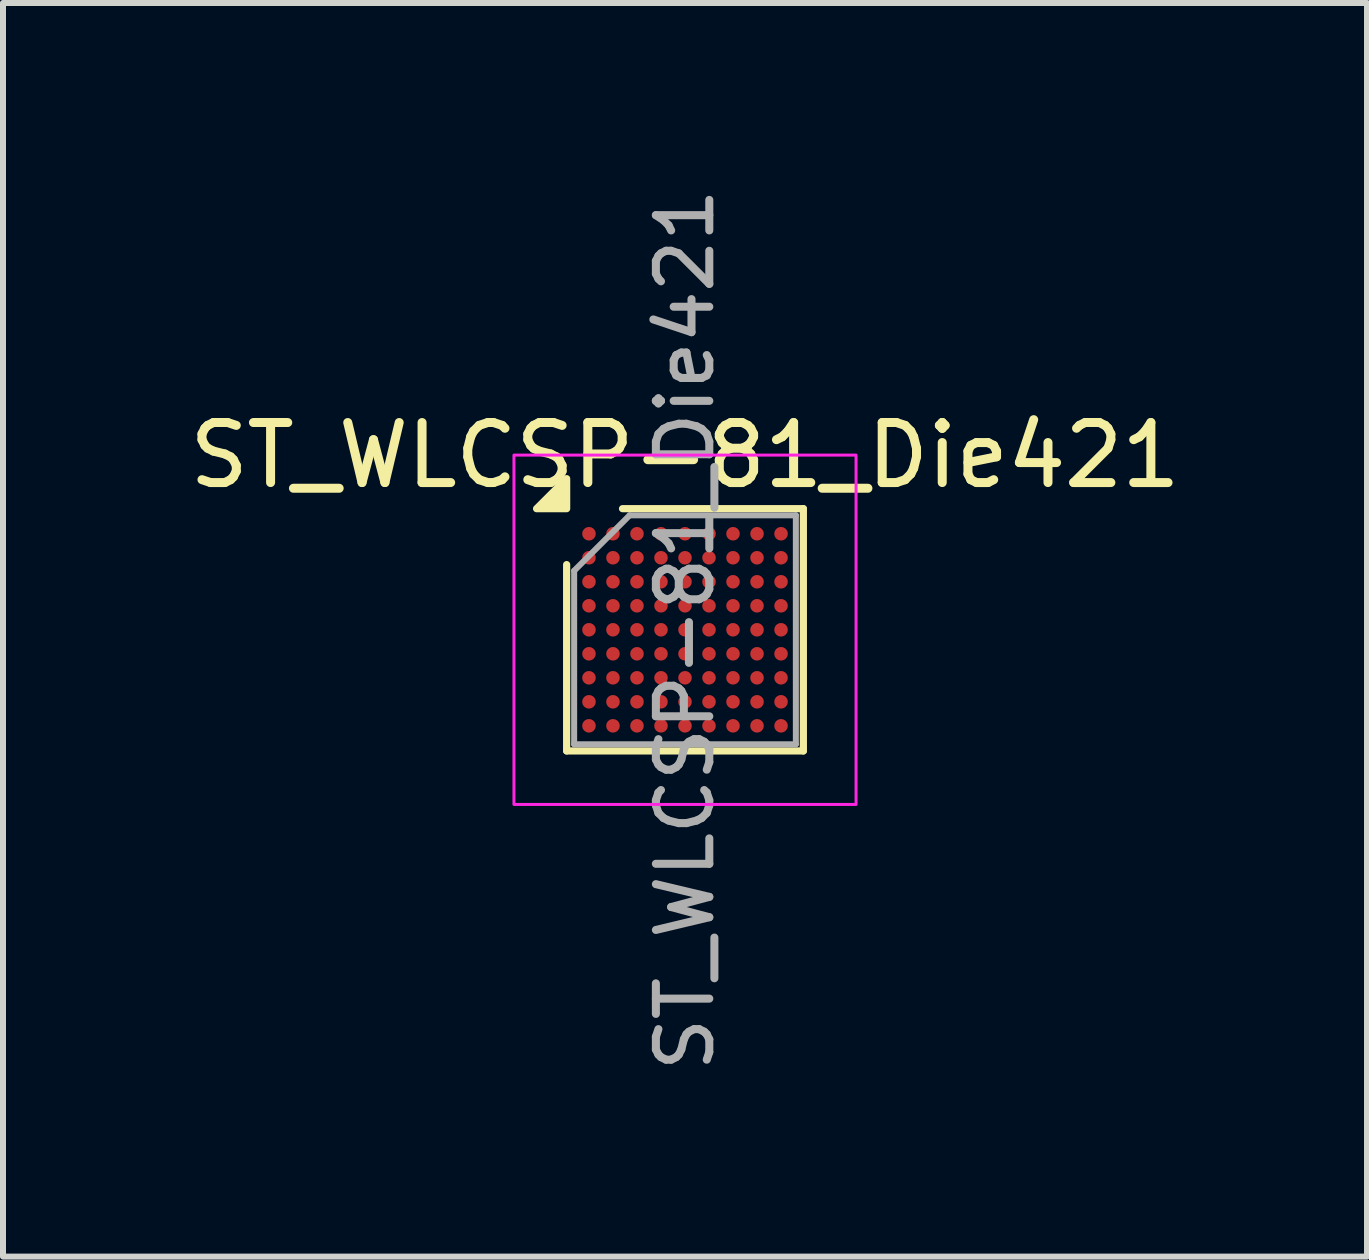
<source format=kicad_pcb>
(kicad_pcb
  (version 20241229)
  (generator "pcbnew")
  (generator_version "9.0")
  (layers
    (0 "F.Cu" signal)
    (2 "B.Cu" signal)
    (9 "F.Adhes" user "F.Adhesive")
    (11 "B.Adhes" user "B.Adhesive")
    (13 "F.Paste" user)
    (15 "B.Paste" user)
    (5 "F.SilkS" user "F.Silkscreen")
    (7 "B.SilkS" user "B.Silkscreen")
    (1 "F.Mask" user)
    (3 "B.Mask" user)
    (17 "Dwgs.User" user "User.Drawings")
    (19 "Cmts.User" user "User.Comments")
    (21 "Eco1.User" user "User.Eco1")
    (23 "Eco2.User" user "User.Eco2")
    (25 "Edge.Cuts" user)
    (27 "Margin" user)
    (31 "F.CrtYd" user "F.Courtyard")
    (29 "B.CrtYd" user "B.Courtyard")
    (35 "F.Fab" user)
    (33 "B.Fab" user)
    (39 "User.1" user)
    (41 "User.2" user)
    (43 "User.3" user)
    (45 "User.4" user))
  (footprint "ST_WLCSP-81_Die421"
    (layer "F.Cu")
    (at 8.363 7.443)
    (property "Reference" "ST_WLCSP-81_Die421" (at 0 -2.908 0) (layer "F.SilkS") (effects (font (size 1 1) (thickness 0.15))))
    (attr smd)
    (fp_line (start -1.972 2.018) (end -1.972 -1.086) (stroke (width 0.12) (type solid)) (layer "F.SilkS"))
    (fp_line (start -1.041 -2.018) (end 1.972 -2.018) (stroke (width 0.12) (type solid)) (layer "F.SilkS"))
    (fp_line (start 1.972 -2.018) (end 1.972 2.018) (stroke (width 0.12) (type solid)) (layer "F.SilkS"))
    (fp_line (start 1.972 2.018) (end -1.972 2.018) (stroke (width 0.12) (type solid)) (layer "F.SilkS"))
    (fp_poly (pts (xy -1.972 -2.018) (xy -2.473 -2.018) (xy -1.972 -2.518)) (stroke (width 0.12) (type solid)) (fill yes) (layer "F.SilkS"))
    (fp_rect (start -2.85 -2.91) (end 2.85 2.91) (stroke (width 0.05) (type solid)) (fill no) (layer "F.CrtYd"))
    (fp_line (start -1.847 -0.984) (end -0.923 -1.907) (stroke (width 0.1) (type solid)) (layer "F.Fab"))
    (fp_line (start -1.847 1.907) (end -1.847 -0.984) (stroke (width 0.1) (type solid)) (layer "F.Fab"))
    (fp_line (start -0.923 -1.907) (end 1.847 -1.907) (stroke (width 0.1) (type solid)) (layer "F.Fab"))
    (fp_line (start 1.847 -1.907) (end 1.847 1.907) (stroke (width 0.1) (type solid)) (layer "F.Fab"))
    (fp_line (start 1.847 1.907) (end -1.847 1.907) (stroke (width 0.1) (type solid)) (layer "F.Fab"))
    (fp_text user "${REFERENCE}" (at 0 0 270) (layer "F.Fab") (effects (font (size 0.89 0.89) (thickness 0.134))))
    (pad "A1" smd circle (at -1.6 -1.6) (size 0.225 0.225) (property pad_prop_bga) (layers "F.Cu" "F.Mask" "F.Paste"))
    (pad "A2" smd circle (at -1.2 -1.6) (size 0.225 0.225) (property pad_prop_bga) (layers "F.Cu" "F.Mask" "F.Paste"))
    (pad "A3" smd circle (at -0.8 -1.6) (size 0.225 0.225) (property pad_prop_bga) (layers "F.Cu" "F.Mask" "F.Paste"))
    (pad "A4" smd circle (at -0.4 -1.6) (size 0.225 0.225) (property pad_prop_bga) (layers "F.Cu" "F.Mask" "F.Paste"))
    (pad "A5" smd circle (at 0 -1.6) (size 0.225 0.225) (property pad_prop_bga) (layers "F.Cu" "F.Mask" "F.Paste"))
    (pad "A6" smd circle (at 0.4 -1.6) (size 0.225 0.225) (property pad_prop_bga) (layers "F.Cu" "F.Mask" "F.Paste"))
    (pad "A7" smd circle (at 0.8 -1.6) (size 0.225 0.225) (property pad_prop_bga) (layers "F.Cu" "F.Mask" "F.Paste"))
    (pad "A8" smd circle (at 1.2 -1.6) (size 0.225 0.225) (property pad_prop_bga) (layers "F.Cu" "F.Mask" "F.Paste"))
    (pad "A9" smd circle (at 1.6 -1.6) (size 0.225 0.225) (property pad_prop_bga) (layers "F.Cu" "F.Mask" "F.Paste"))
    (pad "B1" smd circle (at -1.6 -1.2) (size 0.225 0.225) (property pad_prop_bga) (layers "F.Cu" "F.Mask" "F.Paste"))
    (pad "B2" smd circle (at -1.2 -1.2) (size 0.225 0.225) (property pad_prop_bga) (layers "F.Cu" "F.Mask" "F.Paste"))
    (pad "B3" smd circle (at -0.8 -1.2) (size 0.225 0.225) (property pad_prop_bga) (layers "F.Cu" "F.Mask" "F.Paste"))
    (pad "B4" smd circle (at -0.4 -1.2) (size 0.225 0.225) (property pad_prop_bga) (layers "F.Cu" "F.Mask" "F.Paste"))
    (pad "B5" smd circle (at 0 -1.2) (size 0.225 0.225) (property pad_prop_bga) (layers "F.Cu" "F.Mask" "F.Paste"))
    (pad "B6" smd circle (at 0.4 -1.2) (size 0.225 0.225) (property pad_prop_bga) (layers "F.Cu" "F.Mask" "F.Paste"))
    (pad "B7" smd circle (at 0.8 -1.2) (size 0.225 0.225) (property pad_prop_bga) (layers "F.Cu" "F.Mask" "F.Paste"))
    (pad "B8" smd circle (at 1.2 -1.2) (size 0.225 0.225) (property pad_prop_bga) (layers "F.Cu" "F.Mask" "F.Paste"))
    (pad "B9" smd circle (at 1.6 -1.2) (size 0.225 0.225) (property pad_prop_bga) (layers "F.Cu" "F.Mask" "F.Paste"))
    (pad "C1" smd circle (at -1.6 -0.8) (size 0.225 0.225) (property pad_prop_bga) (layers "F.Cu" "F.Mask" "F.Paste"))
    (pad "C2" smd circle (at -1.2 -0.8) (size 0.225 0.225) (property pad_prop_bga) (layers "F.Cu" "F.Mask" "F.Paste"))
    (pad "C3" smd circle (at -0.8 -0.8) (size 0.225 0.225) (property pad_prop_bga) (layers "F.Cu" "F.Mask" "F.Paste"))
    (pad "C4" smd circle (at -0.4 -0.8) (size 0.225 0.225) (property pad_prop_bga) (layers "F.Cu" "F.Mask" "F.Paste"))
    (pad "C5" smd circle (at 0 -0.8) (size 0.225 0.225) (property pad_prop_bga) (layers "F.Cu" "F.Mask" "F.Paste"))
    (pad "C6" smd circle (at 0.4 -0.8) (size 0.225 0.225) (property pad_prop_bga) (layers "F.Cu" "F.Mask" "F.Paste"))
    (pad "C7" smd circle (at 0.8 -0.8) (size 0.225 0.225) (property pad_prop_bga) (layers "F.Cu" "F.Mask" "F.Paste"))
    (pad "C8" smd circle (at 1.2 -0.8) (size 0.225 0.225) (property pad_prop_bga) (layers "F.Cu" "F.Mask" "F.Paste"))
    (pad "C9" smd circle (at 1.6 -0.8) (size 0.225 0.225) (property pad_prop_bga) (layers "F.Cu" "F.Mask" "F.Paste"))
    (pad "D1" smd circle (at -1.6 -0.4) (size 0.225 0.225) (property pad_prop_bga) (layers "F.Cu" "F.Mask" "F.Paste"))
    (pad "D2" smd circle (at -1.2 -0.4) (size 0.225 0.225) (property pad_prop_bga) (layers "F.Cu" "F.Mask" "F.Paste"))
    (pad "D3" smd circle (at -0.8 -0.4) (size 0.225 0.225) (property pad_prop_bga) (layers "F.Cu" "F.Mask" "F.Paste"))
    (pad "D4" smd circle (at -0.4 -0.4) (size 0.225 0.225) (property pad_prop_bga) (layers "F.Cu" "F.Mask" "F.Paste"))
    (pad "D5" smd circle (at 0 -0.4) (size 0.225 0.225) (property pad_prop_bga) (layers "F.Cu" "F.Mask" "F.Paste"))
    (pad "D6" smd circle (at 0.4 -0.4) (size 0.225 0.225) (property pad_prop_bga) (layers "F.Cu" "F.Mask" "F.Paste"))
    (pad "D7" smd circle (at 0.8 -0.4) (size 0.225 0.225) (property pad_prop_bga) (layers "F.Cu" "F.Mask" "F.Paste"))
    (pad "D8" smd circle (at 1.2 -0.4) (size 0.225 0.225) (property pad_prop_bga) (layers "F.Cu" "F.Mask" "F.Paste"))
    (pad "D9" smd circle (at 1.6 -0.4) (size 0.225 0.225) (property pad_prop_bga) (layers "F.Cu" "F.Mask" "F.Paste"))
    (pad "E1" smd circle (at -1.6 0) (size 0.225 0.225) (property pad_prop_bga) (layers "F.Cu" "F.Mask" "F.Paste"))
    (pad "E2" smd circle (at -1.2 0) (size 0.225 0.225) (property pad_prop_bga) (layers "F.Cu" "F.Mask" "F.Paste"))
    (pad "E3" smd circle (at -0.8 0) (size 0.225 0.225) (property pad_prop_bga) (layers "F.Cu" "F.Mask" "F.Paste"))
    (pad "E4" smd circle (at -0.4 0) (size 0.225 0.225) (property pad_prop_bga) (layers "F.Cu" "F.Mask" "F.Paste"))
    (pad "E5" smd circle (at 0 0) (size 0.225 0.225) (property pad_prop_bga) (layers "F.Cu" "F.Mask" "F.Paste"))
    (pad "E6" smd circle (at 0.4 0) (size 0.225 0.225) (property pad_prop_bga) (layers "F.Cu" "F.Mask" "F.Paste"))
    (pad "E7" smd circle (at 0.8 0) (size 0.225 0.225) (property pad_prop_bga) (layers "F.Cu" "F.Mask" "F.Paste"))
    (pad "E8" smd circle (at 1.2 0) (size 0.225 0.225) (property pad_prop_bga) (layers "F.Cu" "F.Mask" "F.Paste"))
    (pad "E9" smd circle (at 1.6 0) (size 0.225 0.225) (property pad_prop_bga) (layers "F.Cu" "F.Mask" "F.Paste"))
    (pad "F1" smd circle (at -1.6 0.4) (size 0.225 0.225) (property pad_prop_bga) (layers "F.Cu" "F.Mask" "F.Paste"))
    (pad "F2" smd circle (at -1.2 0.4) (size 0.225 0.225) (property pad_prop_bga) (layers "F.Cu" "F.Mask" "F.Paste"))
    (pad "F3" smd circle (at -0.8 0.4) (size 0.225 0.225) (property pad_prop_bga) (layers "F.Cu" "F.Mask" "F.Paste"))
    (pad "F4" smd circle (at -0.4 0.4) (size 0.225 0.225) (property pad_prop_bga) (layers "F.Cu" "F.Mask" "F.Paste"))
    (pad "F5" smd circle (at 0 0.4) (size 0.225 0.225) (property pad_prop_bga) (layers "F.Cu" "F.Mask" "F.Paste"))
    (pad "F6" smd circle (at 0.4 0.4) (size 0.225 0.225) (property pad_prop_bga) (layers "F.Cu" "F.Mask" "F.Paste"))
    (pad "F7" smd circle (at 0.8 0.4) (size 0.225 0.225) (property pad_prop_bga) (layers "F.Cu" "F.Mask" "F.Paste"))
    (pad "F8" smd circle (at 1.2 0.4) (size 0.225 0.225) (property pad_prop_bga) (layers "F.Cu" "F.Mask" "F.Paste"))
    (pad "F9" smd circle (at 1.6 0.4) (size 0.225 0.225) (property pad_prop_bga) (layers "F.Cu" "F.Mask" "F.Paste"))
    (pad "G1" smd circle (at -1.6 0.8) (size 0.225 0.225) (property pad_prop_bga) (layers "F.Cu" "F.Mask" "F.Paste"))
    (pad "G2" smd circle (at -1.2 0.8) (size 0.225 0.225) (property pad_prop_bga) (layers "F.Cu" "F.Mask" "F.Paste"))
    (pad "G3" smd circle (at -0.8 0.8) (size 0.225 0.225) (property pad_prop_bga) (layers "F.Cu" "F.Mask" "F.Paste"))
    (pad "G4" smd circle (at -0.4 0.8) (size 0.225 0.225) (property pad_prop_bga) (layers "F.Cu" "F.Mask" "F.Paste"))
    (pad "G5" smd circle (at 0 0.8) (size 0.225 0.225) (property pad_prop_bga) (layers "F.Cu" "F.Mask" "F.Paste"))
    (pad "G6" smd circle (at 0.4 0.8) (size 0.225 0.225) (property pad_prop_bga) (layers "F.Cu" "F.Mask" "F.Paste"))
    (pad "G7" smd circle (at 0.8 0.8) (size 0.225 0.225) (property pad_prop_bga) (layers "F.Cu" "F.Mask" "F.Paste"))
    (pad "G8" smd circle (at 1.2 0.8) (size 0.225 0.225) (property pad_prop_bga) (layers "F.Cu" "F.Mask" "F.Paste"))
    (pad "G9" smd circle (at 1.6 0.8) (size 0.225 0.225) (property pad_prop_bga) (layers "F.Cu" "F.Mask" "F.Paste"))
    (pad "H1" smd circle (at -1.6 1.2) (size 0.225 0.225) (property pad_prop_bga) (layers "F.Cu" "F.Mask" "F.Paste"))
    (pad "H2" smd circle (at -1.2 1.2) (size 0.225 0.225) (property pad_prop_bga) (layers "F.Cu" "F.Mask" "F.Paste"))
    (pad "H3" smd circle (at -0.8 1.2) (size 0.225 0.225) (property pad_prop_bga) (layers "F.Cu" "F.Mask" "F.Paste"))
    (pad "H4" smd circle (at -0.4 1.2) (size 0.225 0.225) (property pad_prop_bga) (layers "F.Cu" "F.Mask" "F.Paste"))
    (pad "H5" smd circle (at 0 1.2) (size 0.225 0.225) (property pad_prop_bga) (layers "F.Cu" "F.Mask" "F.Paste"))
    (pad "H6" smd circle (at 0.4 1.2) (size 0.225 0.225) (property pad_prop_bga) (layers "F.Cu" "F.Mask" "F.Paste"))
    (pad "H7" smd circle (at 0.8 1.2) (size 0.225 0.225) (property pad_prop_bga) (layers "F.Cu" "F.Mask" "F.Paste"))
    (pad "H8" smd circle (at 1.2 1.2) (size 0.225 0.225) (property pad_prop_bga) (layers "F.Cu" "F.Mask" "F.Paste"))
    (pad "H9" smd circle (at 1.6 1.2) (size 0.225 0.225) (property pad_prop_bga) (layers "F.Cu" "F.Mask" "F.Paste"))
    (pad "J1" smd circle (at -1.6 1.6) (size 0.225 0.225) (property pad_prop_bga) (layers "F.Cu" "F.Mask" "F.Paste"))
    (pad "J2" smd circle (at -1.2 1.6) (size 0.225 0.225) (property pad_prop_bga) (layers "F.Cu" "F.Mask" "F.Paste"))
    (pad "J3" smd circle (at -0.8 1.6) (size 0.225 0.225) (property pad_prop_bga) (layers "F.Cu" "F.Mask" "F.Paste"))
    (pad "J4" smd circle (at -0.4 1.6) (size 0.225 0.225) (property pad_prop_bga) (layers "F.Cu" "F.Mask" "F.Paste"))
    (pad "J5" smd circle (at 0 1.6) (size 0.225 0.225) (property pad_prop_bga) (layers "F.Cu" "F.Mask" "F.Paste"))
    (pad "J6" smd circle (at 0.4 1.6) (size 0.225 0.225) (property pad_prop_bga) (layers "F.Cu" "F.Mask" "F.Paste"))
    (pad "J7" smd circle (at 0.8 1.6) (size 0.225 0.225) (property pad_prop_bga) (layers "F.Cu" "F.Mask" "F.Paste"))
    (pad "J8" smd circle (at 1.2 1.6) (size 0.225 0.225) (property pad_prop_bga) (layers "F.Cu" "F.Mask" "F.Paste"))
    (pad "J9" smd circle (at 1.6 1.6) (size 0.225 0.225) (property pad_prop_bga) (layers "F.Cu" "F.Mask" "F.Paste")))
  (gr_rect
    (start -3 -3)
    (end 19.726 17.886)
    (stroke (width 0.1) (type default))
    (fill no)
    (layer "Edge.Cuts")))
</source>
